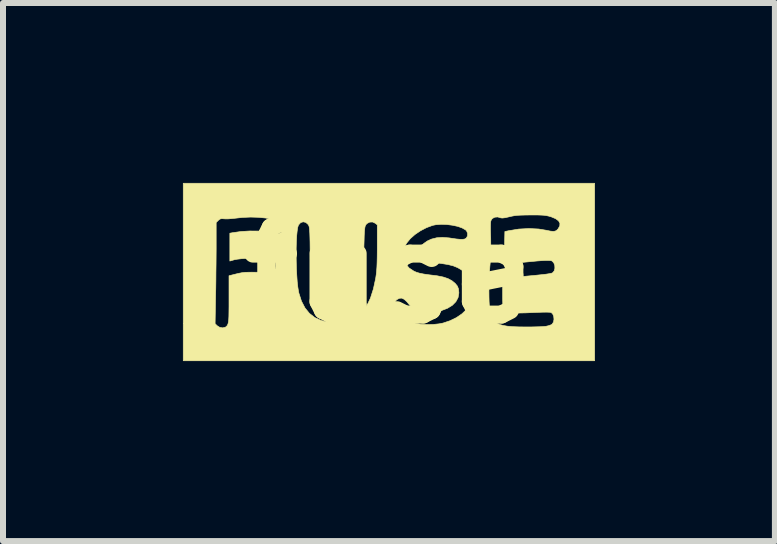
<source format=kicad_pcb>
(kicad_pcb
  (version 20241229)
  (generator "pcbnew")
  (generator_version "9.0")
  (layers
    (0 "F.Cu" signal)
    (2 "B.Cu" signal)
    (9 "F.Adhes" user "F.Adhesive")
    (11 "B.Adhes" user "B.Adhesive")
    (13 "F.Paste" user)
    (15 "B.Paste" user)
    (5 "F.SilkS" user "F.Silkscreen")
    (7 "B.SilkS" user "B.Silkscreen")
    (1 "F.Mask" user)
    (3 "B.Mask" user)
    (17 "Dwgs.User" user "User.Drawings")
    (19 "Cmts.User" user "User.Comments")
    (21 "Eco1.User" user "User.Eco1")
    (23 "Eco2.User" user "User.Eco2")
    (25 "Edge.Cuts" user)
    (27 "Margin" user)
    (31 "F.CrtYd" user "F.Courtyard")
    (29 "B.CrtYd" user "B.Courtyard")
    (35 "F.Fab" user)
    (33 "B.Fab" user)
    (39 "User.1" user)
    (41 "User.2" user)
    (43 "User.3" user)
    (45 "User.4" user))
  (footprint "fuse"
    (layer "F.Cu")
    (at 3.421 1.505)
    (property "Reference" "fuse" (at 0 0 0) (layer "F.SilkS") (effects (font (size 1.524 1.524) (thickness 0.3))))
    (attr through_hole)
    (fp_poly (pts (xy 3.443 1.46) (xy -3.416 1.46) (xy -3.416 0.841) (xy -2.885 0.841) (xy -2.85 0.876) (xy -2.808 0.902) (xy -2.76 0.911) (xy -2.716 0.901) (xy -2.705 0.894) (xy -2.69 0.881) (xy -2.679 0.866) (xy -2.67 0.845) (xy -2.663 0.816) (xy -2.658 0.775) (xy -2.655 0.719) (xy -2.654 0.646) (xy -2.653 0.553) (xy -2.653 0.435) (xy -2.653 0.042) (xy -2.529 0.011) (xy -2.479 -0.000346) (xy -2.435 -0.009) (xy -2.39 -0.014) (xy -2.338 -0.016) (xy -2.272 -0.017) (xy -2.186 -0.016) (xy -2.172 -0.016) (xy -2.088 -0.014) (xy -2.026 -0.014) (xy -1.983 -0.015) (xy -1.953 -0.018) (xy -1.934 -0.023) (xy -1.92 -0.031) (xy -1.907 -0.042) (xy -1.884 -0.073) (xy -1.876 -0.114) (xy -1.876 -0.13) (xy -1.88 -0.176) (xy -1.896 -0.208) (xy -1.929 -0.229) (xy -1.981 -0.242) (xy -2.029 -0.248) (xy -2.099 -0.252) (xy -2.181 -0.253) (xy -2.27 -0.252) (xy -2.36 -0.248) (xy -2.443 -0.242) (xy -2.513 -0.234) (xy -2.564 -0.225) (xy -2.569 -0.223) (xy -2.639 -0.203) (xy -2.639 -0.307) (xy -1.534 -0.307) (xy -1.532 -0.19) (xy -1.529 -0.075) (xy -1.523 0.037) (xy -1.516 0.14) (xy -1.506 0.23) (xy -1.494 0.305) (xy -1.488 0.332) (xy -1.445 0.466) (xy -1.386 0.579) (xy -1.312 0.67) (xy -1.222 0.74) (xy -1.115 0.789) (xy -0.991 0.818) (xy -0.85 0.827) (xy -0.831 0.826) (xy -0.762 0.824) (xy -0.711 0.819) (xy -0.67 0.81) (xy -0.63 0.795) (xy -0.607 0.785) (xy -0.511 0.727) (xy -0.427 0.646) (xy -0.355 0.542) (xy -0.347 0.524) (xy 0.107 0.524) (xy 0.12 0.596) (xy 0.158 0.664) (xy 0.218 0.724) (xy 0.3 0.776) (xy 0.401 0.818) (xy 0.469 0.837) (xy 0.551 0.851) (xy 0.649 0.856) (xy 0.752 0.854) (xy 0.849 0.844) (xy 0.916 0.831) (xy 1.032 0.792) (xy 1.139 0.74) (xy 1.232 0.676) (xy 1.307 0.604) (xy 1.361 0.527) (xy 1.365 0.519) (xy 1.401 0.416) (xy 1.414 0.311) (xy 1.412 0.291) (xy 1.68 0.291) (xy 1.681 0.388) (xy 1.683 0.472) (xy 1.687 0.537) (xy 1.688 0.548) (xy 1.706 0.644) (xy 1.734 0.726) (xy 1.77 0.79) (xy 1.812 0.831) (xy 1.818 0.834) (xy 1.862 0.855) (xy 1.918 0.871) (xy 1.987 0.883) (xy 2.074 0.891) (xy 2.181 0.895) (xy 2.291 0.896) (xy 2.378 0.896) (xy 2.462 0.894) (xy 2.536 0.892) (xy 2.594 0.888) (xy 2.631 0.885) (xy 2.678 0.874) (xy 2.716 0.86) (xy 2.733 0.85) (xy 2.757 0.814) (xy 2.765 0.767) (xy 2.76 0.718) (xy 2.742 0.677) (xy 2.718 0.656) (xy 2.695 0.651) (xy 2.644 0.649) (xy 2.568 0.65) (xy 2.465 0.654) (xy 2.388 0.657) (xy 2.296 0.661) (xy 2.21 0.663) (xy 2.133 0.665) (xy 2.071 0.665) (xy 2.029 0.664) (xy 2.019 0.663) (xy 1.984 0.656) (xy 1.957 0.646) (xy 1.937 0.629) (xy 1.924 0.602) (xy 1.916 0.56) (xy 1.911 0.502) (xy 1.909 0.422) (xy 1.909 0.34) (xy 1.909 0.262) (xy 1.91 0.193) (xy 1.912 0.139) (xy 1.914 0.103) (xy 1.916 0.089) (xy 1.93 0.087) (xy 1.968 0.082) (xy 2.026 0.076) (xy 2.1 0.068) (xy 2.188 0.06) (xy 2.286 0.051) (xy 2.317 0.048) (xy 2.447 0.036) (xy 2.552 0.025) (xy 2.633 0.016) (xy 2.691 0.007) (xy 2.728 -0.001) (xy 2.742 -0.007) (xy 2.768 -0.038) (xy 2.78 -0.082) (xy 2.778 -0.129) (xy 2.762 -0.172) (xy 2.735 -0.202) (xy 2.726 -0.206) (xy 2.705 -0.211) (xy 2.673 -0.213) (xy 2.627 -0.213) (xy 2.565 -0.21) (xy 2.483 -0.204) (xy 2.38 -0.194) (xy 2.253 -0.182) (xy 2.251 -0.182) (xy 2.162 -0.173) (xy 2.083 -0.166) (xy 2.017 -0.16) (xy 1.968 -0.155) (xy 1.94 -0.153) (xy 1.934 -0.152) (xy 1.934 -0.166) (xy 1.935 -0.202) (xy 1.936 -0.256) (xy 1.937 -0.326) (xy 1.939 -0.406) (xy 1.94 -0.425) (xy 1.946 -0.695) (xy 2.012 -0.709) (xy 2.179 -0.736) (xy 2.347 -0.745) (xy 2.509 -0.737) (xy 2.637 -0.716) (xy 2.704 -0.702) (xy 2.752 -0.697) (xy 2.786 -0.702) (xy 2.813 -0.718) (xy 2.832 -0.738) (xy 2.861 -0.787) (xy 2.864 -0.832) (xy 2.841 -0.873) (xy 2.793 -0.909) (xy 2.719 -0.94) (xy 2.715 -0.941) (xy 2.677 -0.952) (xy 2.641 -0.96) (xy 2.6 -0.966) (xy 2.551 -0.969) (xy 2.487 -0.971) (xy 2.404 -0.971) (xy 2.378 -0.971) (xy 2.284 -0.97) (xy 2.212 -0.968) (xy 2.153 -0.965) (xy 2.104 -0.959) (xy 2.057 -0.95) (xy 2.019 -0.941) (xy 1.953 -0.926) (xy 1.908 -0.92) (xy 1.881 -0.922) (xy 1.875 -0.924) (xy 1.827 -0.938) (xy 1.778 -0.934) (xy 1.737 -0.912) (xy 1.73 -0.903) (xy 1.721 -0.89) (xy 1.714 -0.876) (xy 1.709 -0.856) (xy 1.707 -0.826) (xy 1.706 -0.783) (xy 1.706 -0.723) (xy 1.708 -0.642) (xy 1.71 -0.585) (xy 1.711 -0.483) (xy 1.711 -0.385) (xy 1.71 -0.298) (xy 1.706 -0.228) (xy 1.703 -0.188) (xy 1.696 -0.113) (xy 1.689 -0.022) (xy 1.685 0.08) (xy 1.682 0.186) (xy 1.68 0.291) (xy 1.412 0.291) (xy 1.403 0.208) (xy 1.369 0.112) (xy 1.313 0.026) (xy 1.237 -0.046) (xy 1.224 -0.055) (xy 1.159 -0.093) (xy 1.085 -0.123) (xy 0.997 -0.145) (xy 0.889 -0.162) (xy 0.843 -0.168) (xy 0.748 -0.179) (xy 0.675 -0.189) (xy 0.62 -0.201) (xy 0.58 -0.215) (xy 0.549 -0.232) (xy 0.531 -0.247) (xy 0.503 -0.289) (xy 0.497 -0.338) (xy 0.512 -0.391) (xy 0.544 -0.445) (xy 0.593 -0.495) (xy 0.655 -0.538) (xy 0.723 -0.569) (xy 0.81 -0.591) (xy 0.905 -0.597) (xy 1.016 -0.589) (xy 1.048 -0.584) (xy 1.135 -0.571) (xy 1.2 -0.565) (xy 1.247 -0.565) (xy 1.279 -0.571) (xy 1.302 -0.585) (xy 1.302 -0.585) (xy 1.323 -0.621) (xy 1.325 -0.664) (xy 1.308 -0.705) (xy 1.291 -0.722) (xy 1.235 -0.754) (xy 1.16 -0.781) (xy 1.071 -0.8) (xy 0.977 -0.812) (xy 0.884 -0.815) (xy 0.798 -0.809) (xy 0.743 -0.798) (xy 0.64 -0.76) (xy 0.54 -0.708) (xy 0.448 -0.646) (xy 0.37 -0.577) (xy 0.312 -0.506) (xy 0.302 -0.491) (xy 0.262 -0.401) (xy 0.249 -0.312) (xy 0.26 -0.228) (xy 0.294 -0.152) (xy 0.351 -0.086) (xy 0.43 -0.034) (xy 0.474 -0.015) (xy 0.526 0.000323) (xy 0.595 0.014) (xy 0.67 0.025) (xy 0.695 0.028) (xy 0.817 0.043) (xy 0.917 0.063) (xy 0.998 0.09) (xy 1.063 0.125) (xy 1.117 0.169) (xy 1.117 0.169) (xy 1.154 0.214) (xy 1.173 0.262) (xy 1.179 0.324) (xy 1.179 0.33) (xy 1.166 0.406) (xy 1.129 0.475) (xy 1.07 0.535) (xy 0.99 0.584) (xy 0.891 0.622) (xy 0.779 0.645) (xy 0.667 0.653) (xy 0.565 0.644) (xy 0.477 0.62) (xy 0.406 0.58) (xy 0.364 0.538) (xy 0.311 0.474) (xy 0.266 0.434) (xy 0.226 0.415) (xy 0.187 0.418) (xy 0.146 0.44) (xy 0.142 0.443) (xy 0.117 0.471) (xy 0.108 0.506) (xy 0.107 0.524) (xy -0.347 0.524) (xy -0.295 0.415) (xy -0.246 0.263) (xy -0.208 0.087) (xy -0.206 0.074) (xy -0.198 0.019) (xy -0.192 -0.039) (xy -0.187 -0.105) (xy -0.184 -0.183) (xy -0.182 -0.277) (xy -0.181 -0.392) (xy -0.181 -0.44) (xy -0.181 -0.806) (xy -0.213 -0.832) (xy -0.259 -0.854) (xy -0.308 -0.852) (xy -0.352 -0.829) (xy -0.367 -0.813) (xy -0.376 -0.799) (xy -0.383 -0.783) (xy -0.388 -0.761) (xy -0.392 -0.729) (xy -0.396 -0.684) (xy -0.399 -0.623) (xy -0.401 -0.542) (xy -0.404 -0.444) (xy -0.413 -0.238) (xy -0.428 -0.056) (xy -0.448 0.101) (xy -0.475 0.236) (xy -0.509 0.349) (xy -0.55 0.442) (xy -0.597 0.516) (xy -0.653 0.571) (xy -0.662 0.578) (xy -0.74 0.62) (xy -0.826 0.639) (xy -0.914 0.636) (xy -1.001 0.613) (xy -1.082 0.57) (xy -1.154 0.509) (xy -1.211 0.431) (xy -1.219 0.415) (xy -1.237 0.379) (xy -1.251 0.345) (xy -1.263 0.309) (xy -1.272 0.268) (xy -1.279 0.219) (xy -1.285 0.159) (xy -1.289 0.086) (xy -1.293 -0.005) (xy -1.295 -0.115) (xy -1.298 -0.249) (xy -1.298 -0.284) (xy -1.301 -0.412) (xy -1.302 -0.516) (xy -1.304 -0.598) (xy -1.306 -0.662) (xy -1.309 -0.711) (xy -1.312 -0.746) (xy -1.316 -0.771) (xy -1.321 -0.789) (xy -1.327 -0.801) (xy -1.334 -0.812) (xy -1.334 -0.813) (xy -1.373 -0.847) (xy -1.416 -0.857) (xy -1.458 -0.844) (xy -1.492 -0.807) (xy -1.496 -0.8) (xy -1.508 -0.762) (xy -1.517 -0.701) (xy -1.525 -0.621) (xy -1.53 -0.526) (xy -1.533 -0.42) (xy -1.534 -0.307) (xy -2.639 -0.307) (xy -2.639 -0.667) (xy -2.596 -0.675) (xy -2.455 -0.695) (xy -2.309 -0.704) (xy -2.165 -0.703) (xy -2.032 -0.691) (xy -1.941 -0.674) (xy -1.871 -0.661) (xy -1.821 -0.663) (xy -1.786 -0.678) (xy -1.762 -0.709) (xy -1.762 -0.71) (xy -1.744 -0.755) (xy -1.746 -0.792) (xy -1.769 -0.823) (xy -1.815 -0.853) (xy -1.85 -0.87) (xy -1.936 -0.899) (xy -2.043 -0.92) (xy -2.164 -0.932) (xy -2.294 -0.936) (xy -2.428 -0.93) (xy -2.538 -0.918) (xy -2.603 -0.911) (xy -2.666 -0.906) (xy -2.717 -0.906) (xy -2.734 -0.907) (xy -2.776 -0.91) (xy -2.803 -0.903) (xy -2.828 -0.884) (xy -2.832 -0.88) (xy -2.867 -0.845) (xy -2.867 -0.505) (xy -2.867 -0.407) (xy -2.868 -0.289) (xy -2.869 -0.156) (xy -2.871 -0.016) (xy -2.872 0.127) (xy -2.874 0.264) (xy -2.876 0.338) (xy -2.885 0.841) (xy -3.416 0.841) (xy -3.416 -1.5) (xy 3.443 -1.5) (xy 3.443 1.46)) (stroke (width 0.01) (type solid)) (fill yes) (layer "F.SilkS")))
  (gr_rect
    (start -3 -3)
    (end 9.869 5.971)
    (stroke (width 0.1) (type default))
    (fill no)
    (layer "Edge.Cuts")))
</source>
